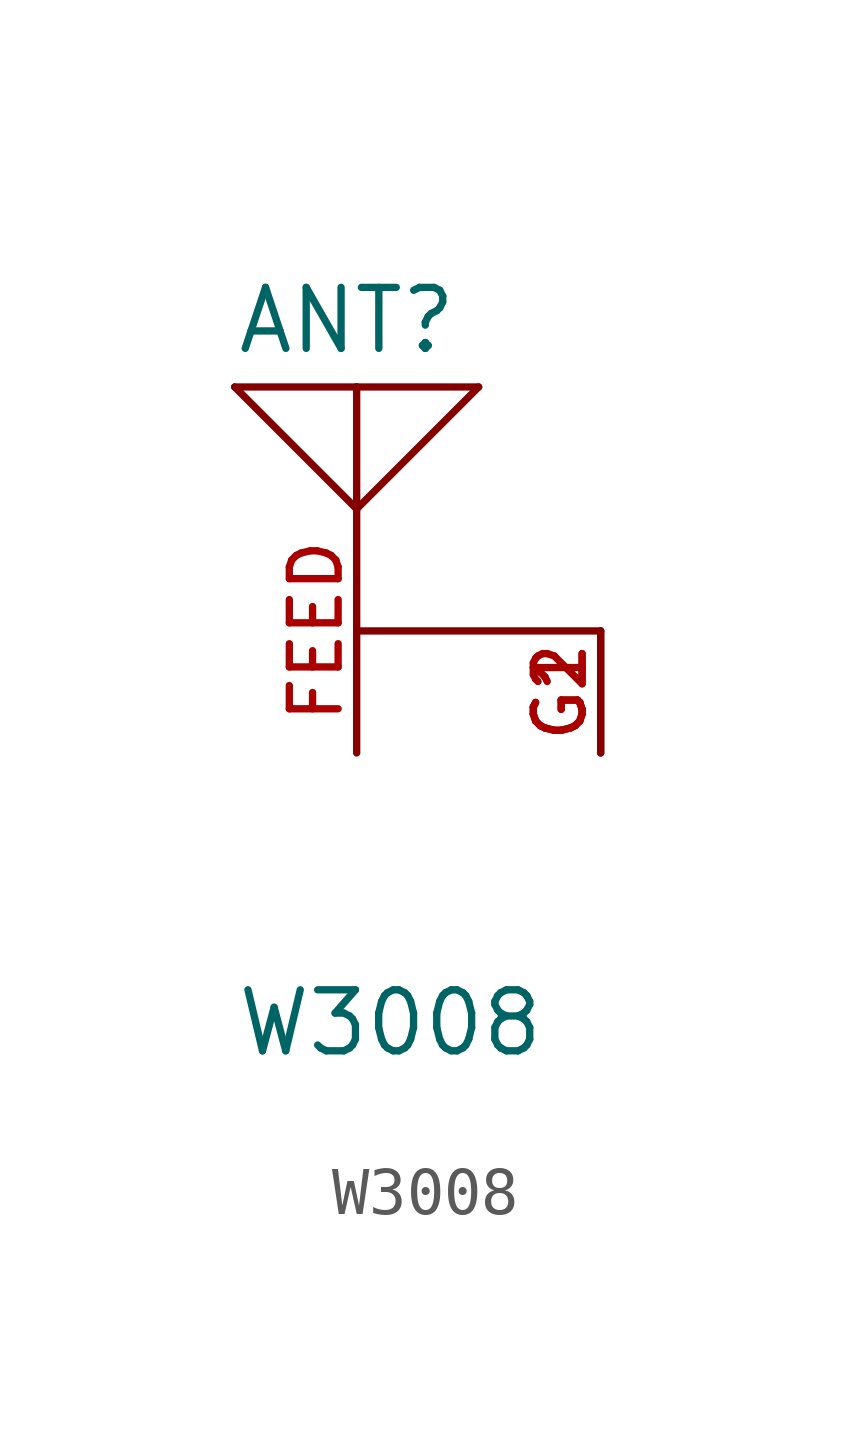
<source format=kicad_sym>
(kicad_symbol_lib
  (version 20211014)
  (generator kicad_symbol_editor)
  (symbol "W3008"
    (pin_names
      (offset 1.016))
    (property "Reference" "ANT"
      (at -2.542 5.72 0)
      (effects (font (size 1.27 1.27)) (justify bottom left)))
    (property "Value" "W3008"
      (at -2.545 -8.906 0)
      (effects (font (size 1.27 1.27)) (justify bottom left)))
    (symbol "W3008_0_0"
      (polyline (pts (xy -2.54 5.08) (xy 0.0 2.54)) (stroke (width 0.152)))
      (polyline (pts (xy 0.0 2.54) (xy 2.54 5.08)) (stroke (width 0.152)))
      (polyline (pts (xy 0.0 0.0) (xy 5.08 0.0)) (stroke (width 0.152)))
      (polyline (pts (xy -2.54 5.08) (xy 0.0 5.08)) (stroke (width 0.152)))
      (polyline (pts (xy 0.0 5.08) (xy 2.54 5.08)) (stroke (width 0.152)))
      (polyline (pts (xy 0.0 5.08) (xy 0.0 2.54)) (stroke (width 0.152)))
      (pin passive line (at 5.08 -2.54 90.0) (length 2.54) (name "~" (effects (font (size 1.016 1.016)))) (number "G1" (effects (font (size 1.016 1.016)))))
      (pin passive line (at 5.08 -2.54 90.0) (length 2.54) (name "~" (effects (font (size 1.016 1.016)))) (number "G2" (effects (font (size 1.016 1.016)))))
      (pin passive line (at 0.0 -2.54 90.0) (length 5.08) (name "~" (effects (font (size 1.016 1.016)))) (number "FEED" (effects (font (size 1.016 1.016))))))))
</source>
